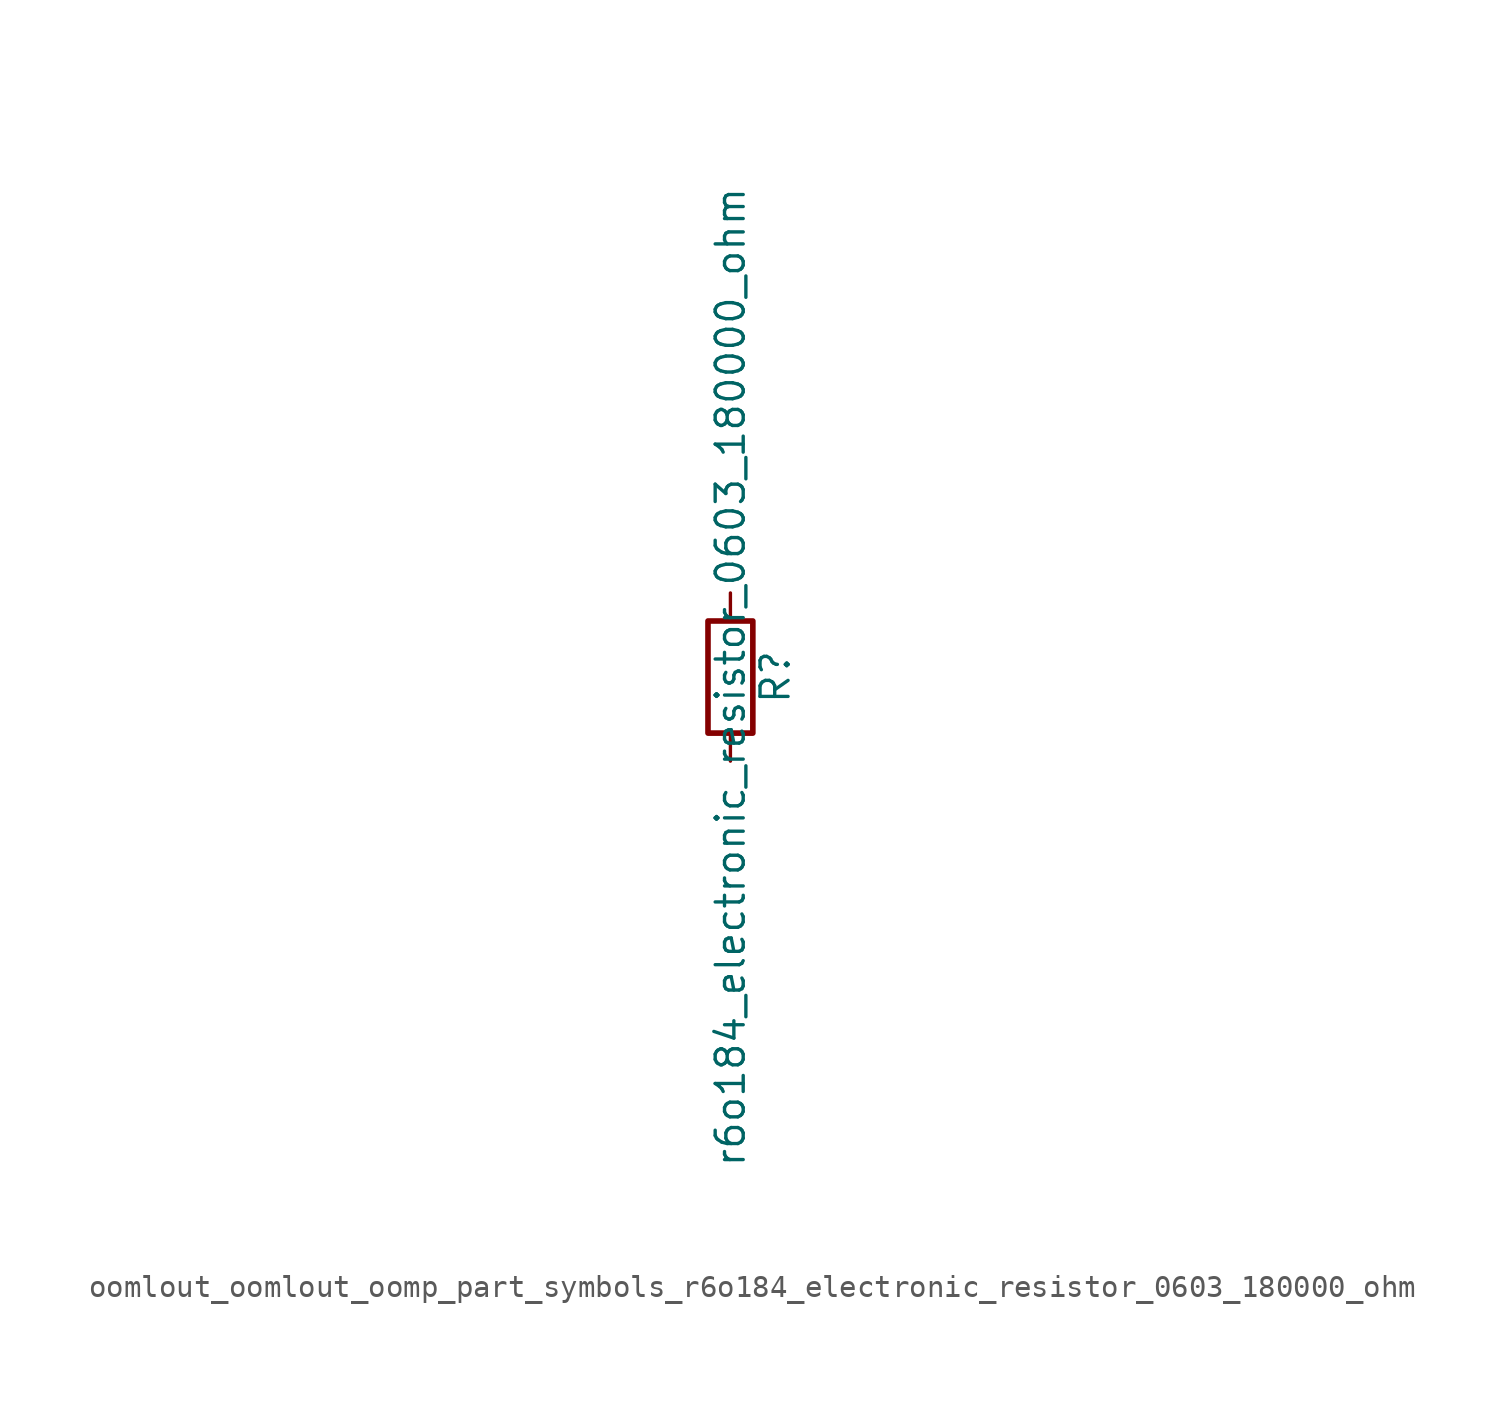
<source format=kicad_sym>
(kicad_symbol_lib
  (version 20220914)
  (generator kicad_symbol_editor)
  (symbol "oomlout_oomlout_oomp_part_symbols_r6o184_electronic_resistor_0603_180000_ohm"
    (pin_numbers hide)
    (pin_names
      (offset 0))
    (property "Reference" "R"
      (at 2.032 0 90)
      (effects (font (size 1.27 1.27))))
    (property "Value" "r6o184_electronic_resistor_0603_180000_ohm"
      (at 0 0 90)
      (effects (font (size 1.27 1.27))))
    (symbol "oomlout_oomlout_oomp_part_symbols_r6o184_electronic_resistor_0603_180000_ohm_0_1"
      (rectangle (start -1.016 -2.54) (end 1.016 2.54) (stroke (width 0.254) (type default)) (fill (type none))))
    (symbol "oomlout_oomlout_oomp_part_symbols_r6o184_electronic_resistor_0603_180000_ohm_1_1"
      (pin passive line (at 0 3.81 270) (length 1.27) (name "~" (effects (font (size 1.27 1.27)))) (number "1" (effects (font (size 1.27 1.27)))))
      (pin passive line (at 0 -3.81 90) (length 1.27) (name "~" (effects (font (size 1.27 1.27)))) (number "2" (effects (font (size 1.27 1.27))))))))
</source>
